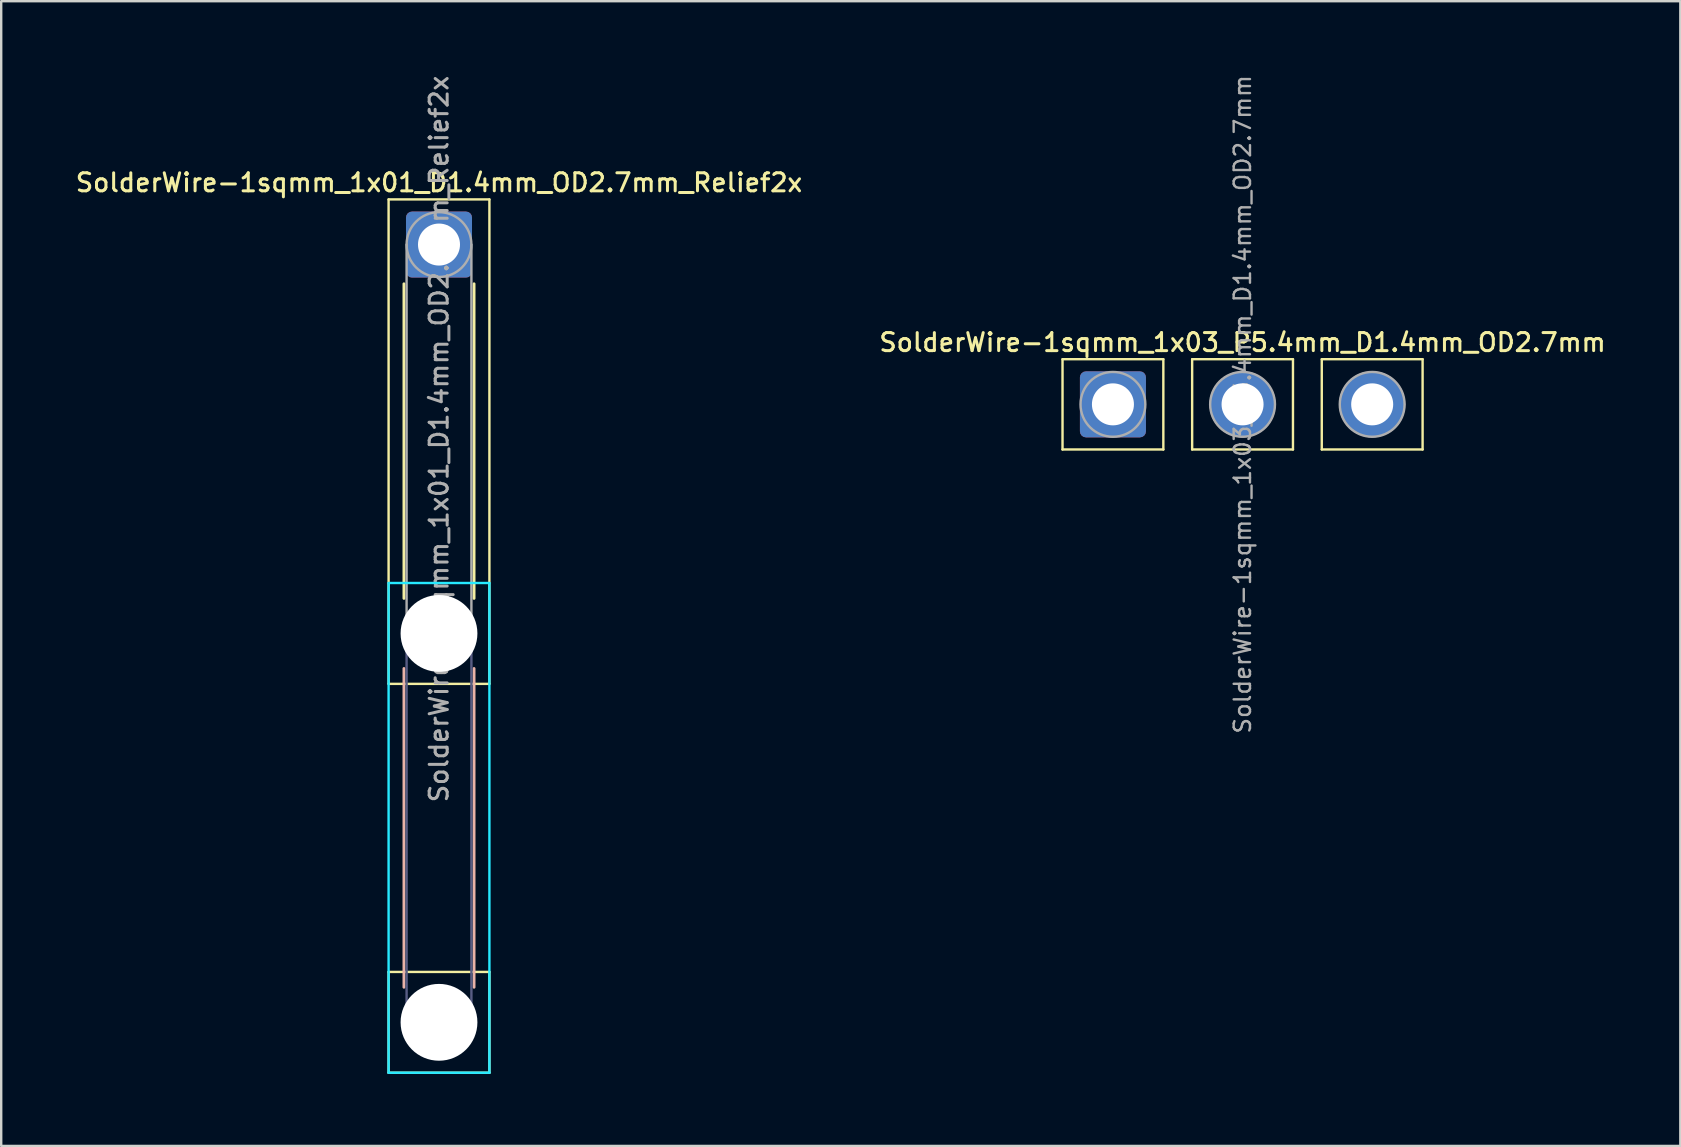
<source format=kicad_pcb>
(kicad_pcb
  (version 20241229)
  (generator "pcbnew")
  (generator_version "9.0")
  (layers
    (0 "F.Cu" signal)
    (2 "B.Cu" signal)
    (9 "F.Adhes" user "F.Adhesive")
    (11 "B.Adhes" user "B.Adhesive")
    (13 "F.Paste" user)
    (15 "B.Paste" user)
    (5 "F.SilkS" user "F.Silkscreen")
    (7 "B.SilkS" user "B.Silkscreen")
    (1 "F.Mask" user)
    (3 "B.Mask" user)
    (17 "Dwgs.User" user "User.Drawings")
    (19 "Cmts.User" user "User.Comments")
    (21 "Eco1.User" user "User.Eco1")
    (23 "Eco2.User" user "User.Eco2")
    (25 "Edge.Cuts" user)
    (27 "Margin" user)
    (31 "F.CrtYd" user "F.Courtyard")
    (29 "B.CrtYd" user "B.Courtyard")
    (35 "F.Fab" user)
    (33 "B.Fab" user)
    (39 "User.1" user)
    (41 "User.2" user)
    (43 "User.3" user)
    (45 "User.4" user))
  (footprint "SolderWire-1sqmm_1x03_P5.4mm_D1.4mm_OD2.7mm"
    (layer "F.Cu")
    (at 43.313 13.795)
    (property "Reference" "SolderWire-1sqmm_1x03_P5.4mm_D1.4mm_OD2.7mm" (at 5.4 -2.58 0) (layer "F.SilkS") (effects (font (size 0.75 0.75) (thickness 0.125))))
    (attr exclude_from_pos_files exclude_from_bom)
    (fp_line (start -2.1 -1.88) (end -2.1 1.88) (stroke (width 0.1) (type solid)) (layer "F.SilkS"))
    (fp_line (start -2.1 1.88) (end 2.1 1.88) (stroke (width 0.1) (type solid)) (layer "F.SilkS"))
    (fp_line (start 2.1 -1.88) (end -2.1 -1.88) (stroke (width 0.1) (type solid)) (layer "F.SilkS"))
    (fp_line (start 2.1 1.88) (end 2.1 -1.88) (stroke (width 0.1) (type solid)) (layer "F.SilkS"))
    (fp_line (start 3.3 -1.88) (end 3.3 1.88) (stroke (width 0.1) (type solid)) (layer "F.SilkS"))
    (fp_line (start 3.3 1.88) (end 7.5 1.88) (stroke (width 0.1) (type solid)) (layer "F.SilkS"))
    (fp_line (start 7.5 -1.88) (end 3.3 -1.88) (stroke (width 0.1) (type solid)) (layer "F.SilkS"))
    (fp_line (start 7.5 1.88) (end 7.5 -1.88) (stroke (width 0.1) (type solid)) (layer "F.SilkS"))
    (fp_line (start 8.7 -1.88) (end 8.7 1.88) (stroke (width 0.1) (type solid)) (layer "F.SilkS"))
    (fp_line (start 8.7 1.88) (end 12.9 1.88) (stroke (width 0.1) (type solid)) (layer "F.SilkS"))
    (fp_line (start 12.9 -1.88) (end 8.7 -1.88) (stroke (width 0.1) (type solid)) (layer "F.SilkS"))
    (fp_line (start 12.9 1.88) (end 12.9 -1.88) (stroke (width 0.1) (type solid)) (layer "F.SilkS"))
    (fp_circle (center 0 0) (end 1.35 0) (stroke (width 0.1) (type solid)) (fill no) (layer "F.Fab"))
    (fp_circle (center 5.4 0) (end 6.75 0) (stroke (width 0.1) (type solid)) (fill no) (layer "F.Fab"))
    (fp_circle (center 10.8 0) (end 12.15 0) (stroke (width 0.1) (type solid)) (fill no) (layer "F.Fab"))
    (fp_text user "${REFERENCE}" (at 5.4 0 90) (layer "F.Fab") (effects (font (size 0.68 0.68) (thickness 0.1))))
    (pad "1" thru_hole roundrect (at 0 0) (size 2.75 2.75) (drill 1.75) (layers "*.Cu" "*.Mask") (roundrect_rratio 0.091))
    (pad "2" thru_hole circle (at 5.4 0) (size 2.75 2.75) (drill 1.75) (layers "*.Cu" "*.Mask"))
    (pad "3" thru_hole circle (at 10.8 0) (size 2.75 2.75) (drill 1.75) (layers "*.Cu" "*.Mask")))
  (footprint "SolderWire-1sqmm_1x01_D1.4mm_OD2.7mm_Relief2x"
    (layer "F.Cu")
    (at 15.238 7.138)
    (property "Reference" "SolderWire-1sqmm_1x01_D1.4mm_OD2.7mm_Relief2x" (at 0 -2.58 0) (layer "F.SilkS") (effects (font (size 0.75 0.75) (thickness 0.125))))
    (attr exclude_from_pos_files exclude_from_bom)
    (fp_line (start -2.1 -1.88) (end -2.1 18.3) (stroke (width 0.1) (type solid)) (layer "F.SilkS"))
    (fp_line (start -2.1 18.3) (end 2.1 18.3) (stroke (width 0.1) (type solid)) (layer "F.SilkS"))
    (fp_line (start -2.1 30.3) (end -2.1 34.5) (stroke (width 0.1) (type solid)) (layer "F.SilkS"))
    (fp_line (start -2.1 34.5) (end 2.1 34.5) (stroke (width 0.1) (type solid)) (layer "F.SilkS"))
    (fp_line (start -1.46 1.635) (end -1.46 14.74) (stroke (width 0.12) (type solid)) (layer "F.SilkS"))
    (fp_line (start 1.46 1.635) (end 1.46 14.74) (stroke (width 0.12) (type solid)) (layer "F.SilkS"))
    (fp_line (start 2.1 -1.88) (end -2.1 -1.88) (stroke (width 0.1) (type solid)) (layer "F.SilkS"))
    (fp_line (start 2.1 18.3) (end 2.1 -1.88) (stroke (width 0.1) (type solid)) (layer "F.SilkS"))
    (fp_line (start 2.1 30.3) (end -2.1 30.3) (stroke (width 0.1) (type solid)) (layer "F.SilkS"))
    (fp_line (start 2.1 34.5) (end 2.1 30.3) (stroke (width 0.1) (type solid)) (layer "F.SilkS"))
    (fp_line (start -1.46 17.66) (end -1.46 30.94) (stroke (width 0.12) (type solid)) (layer "B.SilkS"))
    (fp_line (start 1.46 17.66) (end 1.46 30.94) (stroke (width 0.12) (type solid)) (layer "B.SilkS"))
    (fp_line (start -2.1 14.1) (end -2.1 34.5) (stroke (width 0.1) (type solid)) (layer "B.CrtYd"))
    (fp_line (start -2.1 34.5) (end 2.1 34.5) (stroke (width 0.1) (type solid)) (layer "B.CrtYd"))
    (fp_line (start 2.1 14.1) (end -2.1 14.1) (stroke (width 0.1) (type solid)) (layer "B.CrtYd"))
    (fp_line (start 2.1 34.5) (end 2.1 14.1) (stroke (width 0.1) (type solid)) (layer "B.CrtYd"))
    (fp_line (start -1.35 16.2) (end -1.35 32.4) (stroke (width 0.1) (type solid)) (layer "B.Fab"))
    (fp_line (start 1.35 16.2) (end 1.35 32.4) (stroke (width 0.1) (type solid)) (layer "B.Fab"))
    (fp_circle (center 0 16.2) (end 1.35 16.2) (stroke (width 0.1) (type solid)) (fill no) (layer "B.Fab"))
    (fp_circle (center 0 32.4) (end 1.35 32.4) (stroke (width 0.1) (type solid)) (fill no) (layer "B.Fab"))
    (fp_line (start -1.35 0) (end -1.35 16.2) (stroke (width 0.1) (type solid)) (layer "F.Fab"))
    (fp_line (start 1.35 0) (end 1.35 16.2) (stroke (width 0.1) (type solid)) (layer "F.Fab"))
    (fp_circle (center 0 0) (end 1.35 0) (stroke (width 0.1) (type solid)) (fill no) (layer "F.Fab"))
    (fp_circle (center 0 16.2) (end 1.35 16.2) (stroke (width 0.1) (type solid)) (fill no) (layer "F.Fab"))
    (fp_circle (center 0 32.4) (end 1.35 32.4) (stroke (width 0.1) (type solid)) (fill no) (layer "F.Fab"))
    (fp_text user "${REFERENCE}" (at 0 8.1 90) (layer "F.Fab") (effects (font (size 0.75 0.75) (thickness 0.125))))
    (pad "" np_thru_hole circle (at 0 16.2) (size 3.2 3.2) (drill 3.2) (layers "*.Cu" "*.Mask"))
    (pad "" np_thru_hole circle (at 0 32.4) (size 3.2 3.2) (drill 3.2) (layers "*.Cu" "*.Mask"))
    (pad "1" thru_hole roundrect (at 0 0) (size 2.75 2.75) (drill 1.75) (layers "*.Cu" "*.Mask") (roundrect_rratio 0.091)))
  (gr_rect
    (start -3 -3)
    (end 66.95 44.688)
    (stroke (width 0.1) (type default))
    (fill no)
    (layer "Edge.Cuts")))
</source>
